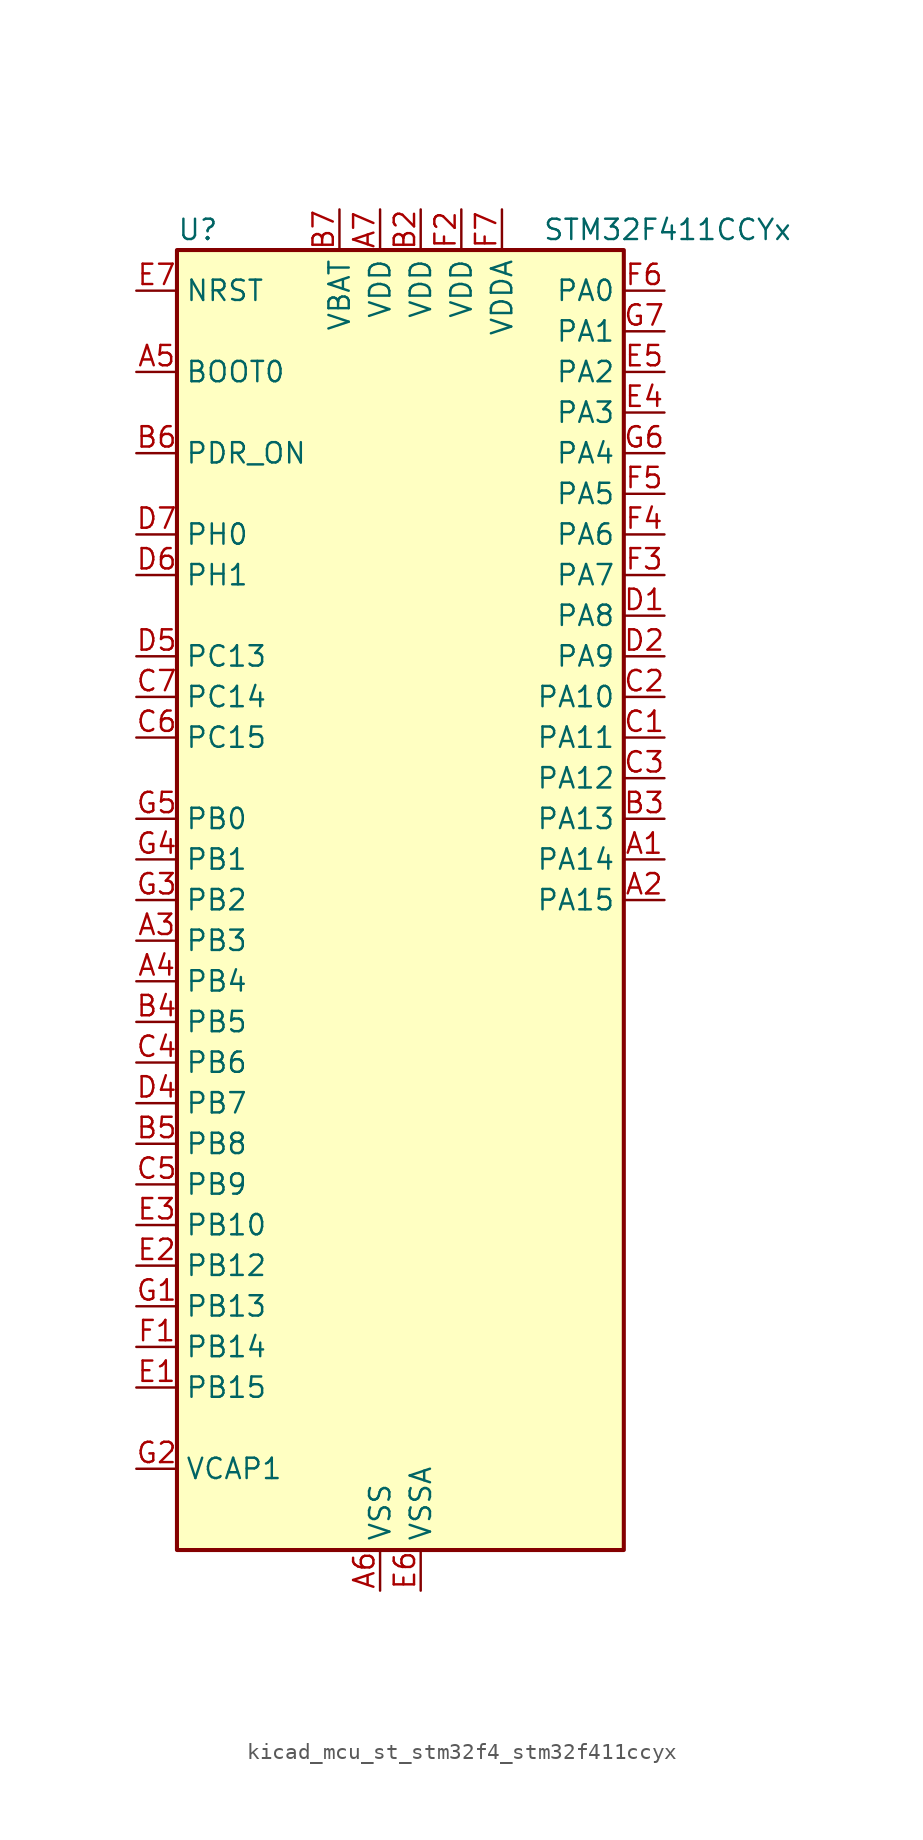
<source format=kicad_sym>
(kicad_symbol_lib
  (version 20220914)
  (generator kicad_symbol_editor)
  (symbol "kicad_mcu_st_stm32f4_stm32f411ccyx"
    (property "Reference" "U"
      (at -12.7 41.91 0)
      (effects (font (size 1.27 1.27)) (justify left)))
    (property "Value" "STM32F411CCYx"
      (at 10.16 41.91 0)
      (effects (font (size 1.27 1.27)) (justify left)))
    (property "ki_locked" ""
      (at 0 0 0)
      (effects (font (size 1.27 1.27))))
    (symbol "kicad_mcu_st_stm32f4_stm32f411ccyx_0_1"
      (rectangle (start -12.7 -40.64) (end 15.24 40.64) (stroke (width 0.254) (type default)) (fill (type background))))
    (symbol "kicad_mcu_st_stm32f4_stm32f411ccyx_1_1"
      (pin bidirectional line (at 17.78 2.54 180) (length 2.54) (name "PA14" (effects (font (size 1.27 1.27)))) (number "A1" (effects (font (size 1.27 1.27)))) (alternate "SYS_JTCK-SWCLK" bidirectional line))
      (pin bidirectional line (at 17.78 0 180) (length 2.54) (name "PA15" (effects (font (size 1.27 1.27)))) (number "A2" (effects (font (size 1.27 1.27)))) (alternate "ADC1_EXTI15" bidirectional line) (alternate "I2S1_WS" bidirectional line) (alternate "I2S3_WS" bidirectional line) (alternate "SPI1_NSS" bidirectional line) (alternate "SPI3_NSS" bidirectional line) (alternate "SYS_JTDI" bidirectional line) (alternate "TIM2_CH1" bidirectional line) (alternate "TIM2_ETR" bidirectional line) (alternate "USART1_TX" bidirectional line))
      (pin bidirectional line (at -15.24 -2.54 0) (length 2.54) (name "PB3" (effects (font (size 1.27 1.27)))) (number "A3" (effects (font (size 1.27 1.27)))) (alternate "I2C2_SDA" bidirectional line) (alternate "I2S1_CK" bidirectional line) (alternate "I2S3_CK" bidirectional line) (alternate "SPI1_SCK" bidirectional line) (alternate "SPI3_SCK" bidirectional line) (alternate "SYS_JTDO-SWO" bidirectional line) (alternate "TIM2_CH2" bidirectional line) (alternate "USART1_RX" bidirectional line))
      (pin bidirectional line (at -15.24 -5.08 0) (length 2.54) (name "PB4" (effects (font (size 1.27 1.27)))) (number "A4" (effects (font (size 1.27 1.27)))) (alternate "I2C3_SDA" bidirectional line) (alternate "I2S3_ext_SD" bidirectional line) (alternate "SDIO_D0" bidirectional line) (alternate "SPI1_MISO" bidirectional line) (alternate "SPI3_MISO" bidirectional line) (alternate "SYS_JTRST" bidirectional line) (alternate "TIM3_CH1" bidirectional line))
      (pin input line (at -15.24 33.02 0) (length 2.54) (name "BOOT0" (effects (font (size 1.27 1.27)))) (number "A5" (effects (font (size 1.27 1.27)))))
      (pin power_in line (at 0 -43.18 90) (length 2.54) (name "VSS" (effects (font (size 1.27 1.27)))) (number "A6" (effects (font (size 1.27 1.27)))))
      (pin power_in line (at 0 43.18 270) (length 2.54) (name "VDD" (effects (font (size 1.27 1.27)))) (number "A7" (effects (font (size 1.27 1.27)))))
      (pin passive line (at 0 -43.18 90) (length 2.54) hide (name "VSS" (effects (font (size 1.27 1.27)))) (number "B1" (effects (font (size 1.27 1.27)))))
      (pin power_in line (at 2.54 43.18 270) (length 2.54) (name "VDD" (effects (font (size 1.27 1.27)))) (number "B2" (effects (font (size 1.27 1.27)))))
      (pin bidirectional line (at 17.78 5.08 180) (length 2.54) (name "PA13" (effects (font (size 1.27 1.27)))) (number "B3" (effects (font (size 1.27 1.27)))) (alternate "SYS_JTMS-SWDIO" bidirectional line))
      (pin bidirectional line (at -15.24 -7.62 0) (length 2.54) (name "PB5" (effects (font (size 1.27 1.27)))) (number "B4" (effects (font (size 1.27 1.27)))) (alternate "I2C1_SMBA" bidirectional line) (alternate "I2S1_SD" bidirectional line) (alternate "I2S3_SD" bidirectional line) (alternate "SDIO_D3" bidirectional line) (alternate "SPI1_MOSI" bidirectional line) (alternate "SPI3_MOSI" bidirectional line) (alternate "TIM3_CH2" bidirectional line))
      (pin bidirectional line (at -15.24 -15.24 0) (length 2.54) (name "PB8" (effects (font (size 1.27 1.27)))) (number "B5" (effects (font (size 1.27 1.27)))) (alternate "I2C1_SCL" bidirectional line) (alternate "I2C3_SDA" bidirectional line) (alternate "I2S5_SD" bidirectional line) (alternate "SDIO_D4" bidirectional line) (alternate "SPI5_MOSI" bidirectional line) (alternate "TIM10_CH1" bidirectional line) (alternate "TIM4_CH3" bidirectional line))
      (pin input line (at -15.24 27.94 0) (length 2.54) (name "PDR_ON" (effects (font (size 1.27 1.27)))) (number "B6" (effects (font (size 1.27 1.27)))))
      (pin power_in line (at -2.54 43.18 270) (length 2.54) (name "VBAT" (effects (font (size 1.27 1.27)))) (number "B7" (effects (font (size 1.27 1.27)))))
      (pin bidirectional line (at 17.78 10.16 180) (length 2.54) (name "PA11" (effects (font (size 1.27 1.27)))) (number "C1" (effects (font (size 1.27 1.27)))) (alternate "ADC1_EXTI11" bidirectional line) (alternate "SPI4_MISO" bidirectional line) (alternate "TIM1_CH4" bidirectional line) (alternate "USART1_CTS" bidirectional line) (alternate "USART6_TX" bidirectional line) (alternate "USB_OTG_FS_DM" bidirectional line))
      (pin bidirectional line (at 17.78 12.7 180) (length 2.54) (name "PA10" (effects (font (size 1.27 1.27)))) (number "C2" (effects (font (size 1.27 1.27)))) (alternate "I2S5_SD" bidirectional line) (alternate "SPI5_MOSI" bidirectional line) (alternate "TIM1_CH3" bidirectional line) (alternate "USART1_RX" bidirectional line) (alternate "USB_OTG_FS_ID" bidirectional line))
      (pin bidirectional line (at 17.78 7.62 180) (length 2.54) (name "PA12" (effects (font (size 1.27 1.27)))) (number "C3" (effects (font (size 1.27 1.27)))) (alternate "SPI5_MISO" bidirectional line) (alternate "TIM1_ETR" bidirectional line) (alternate "USART1_RTS" bidirectional line) (alternate "USART6_RX" bidirectional line) (alternate "USB_OTG_FS_DP" bidirectional line))
      (pin bidirectional line (at -15.24 -10.16 0) (length 2.54) (name "PB6" (effects (font (size 1.27 1.27)))) (number "C4" (effects (font (size 1.27 1.27)))) (alternate "I2C1_SCL" bidirectional line) (alternate "TIM4_CH1" bidirectional line) (alternate "USART1_TX" bidirectional line))
      (pin bidirectional line (at -15.24 -17.78 0) (length 2.54) (name "PB9" (effects (font (size 1.27 1.27)))) (number "C5" (effects (font (size 1.27 1.27)))) (alternate "I2C1_SDA" bidirectional line) (alternate "I2C2_SDA" bidirectional line) (alternate "I2S2_WS" bidirectional line) (alternate "SDIO_D5" bidirectional line) (alternate "SPI2_NSS" bidirectional line) (alternate "TIM11_CH1" bidirectional line) (alternate "TIM4_CH4" bidirectional line))
      (pin bidirectional line (at -15.24 10.16 0) (length 2.54) (name "PC15" (effects (font (size 1.27 1.27)))) (number "C6" (effects (font (size 1.27 1.27)))) (alternate "ADC1_EXTI15" bidirectional line) (alternate "RCC_OSC32_OUT" bidirectional line))
      (pin bidirectional line (at -15.24 12.7 0) (length 2.54) (name "PC14" (effects (font (size 1.27 1.27)))) (number "C7" (effects (font (size 1.27 1.27)))) (alternate "RCC_OSC32_IN" bidirectional line))
      (pin bidirectional line (at 17.78 17.78 180) (length 2.54) (name "PA8" (effects (font (size 1.27 1.27)))) (number "D1" (effects (font (size 1.27 1.27)))) (alternate "I2C3_SCL" bidirectional line) (alternate "RCC_MCO_1" bidirectional line) (alternate "SDIO_D1" bidirectional line) (alternate "TIM1_CH1" bidirectional line) (alternate "USART1_CK" bidirectional line) (alternate "USB_OTG_FS_SOF" bidirectional line))
      (pin bidirectional line (at 17.78 15.24 180) (length 2.54) (name "PA9" (effects (font (size 1.27 1.27)))) (number "D2" (effects (font (size 1.27 1.27)))) (alternate "I2C3_SMBA" bidirectional line) (alternate "SDIO_D2" bidirectional line) (alternate "TIM1_CH2" bidirectional line) (alternate "USART1_TX" bidirectional line) (alternate "USB_OTG_FS_VBUS" bidirectional line))
      (pin passive line (at 0 -43.18 90) (length 2.54) hide (name "VSS" (effects (font (size 1.27 1.27)))) (number "D3" (effects (font (size 1.27 1.27)))))
      (pin bidirectional line (at -15.24 -12.7 0) (length 2.54) (name "PB7" (effects (font (size 1.27 1.27)))) (number "D4" (effects (font (size 1.27 1.27)))) (alternate "I2C1_SDA" bidirectional line) (alternate "SDIO_D0" bidirectional line) (alternate "TIM4_CH2" bidirectional line) (alternate "USART1_RX" bidirectional line))
      (pin bidirectional line (at -15.24 15.24 0) (length 2.54) (name "PC13" (effects (font (size 1.27 1.27)))) (number "D5" (effects (font (size 1.27 1.27)))) (alternate "RTC_AF1" bidirectional line))
      (pin bidirectional line (at -15.24 20.32 0) (length 2.54) (name "PH1" (effects (font (size 1.27 1.27)))) (number "D6" (effects (font (size 1.27 1.27)))) (alternate "RCC_OSC_OUT" bidirectional line))
      (pin bidirectional line (at -15.24 22.86 0) (length 2.54) (name "PH0" (effects (font (size 1.27 1.27)))) (number "D7" (effects (font (size 1.27 1.27)))) (alternate "RCC_OSC_IN" bidirectional line))
      (pin bidirectional line (at -15.24 -30.48 0) (length 2.54) (name "PB15" (effects (font (size 1.27 1.27)))) (number "E1" (effects (font (size 1.27 1.27)))) (alternate "ADC1_EXTI15" bidirectional line) (alternate "I2S2_SD" bidirectional line) (alternate "RTC_REFIN" bidirectional line) (alternate "SDIO_CK" bidirectional line) (alternate "SPI2_MOSI" bidirectional line) (alternate "TIM1_CH3N" bidirectional line))
      (pin bidirectional line (at -15.24 -22.86 0) (length 2.54) (name "PB12" (effects (font (size 1.27 1.27)))) (number "E2" (effects (font (size 1.27 1.27)))) (alternate "I2C2_SMBA" bidirectional line) (alternate "I2S2_WS" bidirectional line) (alternate "I2S3_CK" bidirectional line) (alternate "I2S4_WS" bidirectional line) (alternate "SPI2_NSS" bidirectional line) (alternate "SPI3_SCK" bidirectional line) (alternate "SPI4_NSS" bidirectional line) (alternate "TIM1_BKIN" bidirectional line))
      (pin bidirectional line (at -15.24 -20.32 0) (length 2.54) (name "PB10" (effects (font (size 1.27 1.27)))) (number "E3" (effects (font (size 1.27 1.27)))) (alternate "I2C2_SCL" bidirectional line) (alternate "I2S2_CK" bidirectional line) (alternate "I2S3_MCK" bidirectional line) (alternate "SDIO_D7" bidirectional line) (alternate "SPI2_SCK" bidirectional line) (alternate "TIM2_CH3" bidirectional line))
      (pin bidirectional line (at 17.78 30.48 180) (length 2.54) (name "PA3" (effects (font (size 1.27 1.27)))) (number "E4" (effects (font (size 1.27 1.27)))) (alternate "ADC1_IN3" bidirectional line) (alternate "I2S2_MCK" bidirectional line) (alternate "TIM2_CH4" bidirectional line) (alternate "TIM5_CH4" bidirectional line) (alternate "TIM9_CH2" bidirectional line) (alternate "USART2_RX" bidirectional line))
      (pin bidirectional line (at 17.78 33.02 180) (length 2.54) (name "PA2" (effects (font (size 1.27 1.27)))) (number "E5" (effects (font (size 1.27 1.27)))) (alternate "ADC1_IN2" bidirectional line) (alternate "I2S_CKIN" bidirectional line) (alternate "TIM2_CH3" bidirectional line) (alternate "TIM5_CH3" bidirectional line) (alternate "TIM9_CH1" bidirectional line) (alternate "USART2_TX" bidirectional line))
      (pin power_in line (at 2.54 -43.18 90) (length 2.54) (name "VSSA" (effects (font (size 1.27 1.27)))) (number "E6" (effects (font (size 1.27 1.27)))))
      (pin input line (at -15.24 38.1 0) (length 2.54) (name "NRST" (effects (font (size 1.27 1.27)))) (number "E7" (effects (font (size 1.27 1.27)))))
      (pin bidirectional line (at -15.24 -27.94 0) (length 2.54) (name "PB14" (effects (font (size 1.27 1.27)))) (number "F1" (effects (font (size 1.27 1.27)))) (alternate "I2S2_ext_SD" bidirectional line) (alternate "SDIO_D6" bidirectional line) (alternate "SPI2_MISO" bidirectional line) (alternate "TIM1_CH2N" bidirectional line))
      (pin power_in line (at 5.08 43.18 270) (length 2.54) (name "VDD" (effects (font (size 1.27 1.27)))) (number "F2" (effects (font (size 1.27 1.27)))))
      (pin bidirectional line (at 17.78 20.32 180) (length 2.54) (name "PA7" (effects (font (size 1.27 1.27)))) (number "F3" (effects (font (size 1.27 1.27)))) (alternate "ADC1_IN7" bidirectional line) (alternate "I2S1_SD" bidirectional line) (alternate "SPI1_MOSI" bidirectional line) (alternate "TIM1_CH1N" bidirectional line) (alternate "TIM3_CH2" bidirectional line))
      (pin bidirectional line (at 17.78 22.86 180) (length 2.54) (name "PA6" (effects (font (size 1.27 1.27)))) (number "F4" (effects (font (size 1.27 1.27)))) (alternate "ADC1_IN6" bidirectional line) (alternate "I2S2_MCK" bidirectional line) (alternate "SDIO_CMD" bidirectional line) (alternate "SPI1_MISO" bidirectional line) (alternate "TIM1_BKIN" bidirectional line) (alternate "TIM3_CH1" bidirectional line))
      (pin bidirectional line (at 17.78 25.4 180) (length 2.54) (name "PA5" (effects (font (size 1.27 1.27)))) (number "F5" (effects (font (size 1.27 1.27)))) (alternate "ADC1_IN5" bidirectional line) (alternate "I2S1_CK" bidirectional line) (alternate "SPI1_SCK" bidirectional line) (alternate "TIM2_CH1" bidirectional line) (alternate "TIM2_ETR" bidirectional line))
      (pin bidirectional line (at 17.78 38.1 180) (length 2.54) (name "PA0" (effects (font (size 1.27 1.27)))) (number "F6" (effects (font (size 1.27 1.27)))) (alternate "ADC1_IN0" bidirectional line) (alternate "SYS_WKUP" bidirectional line) (alternate "TIM2_CH1" bidirectional line) (alternate "TIM2_ETR" bidirectional line) (alternate "TIM5_CH1" bidirectional line) (alternate "USART2_CTS" bidirectional line))
      (pin power_in line (at 7.62 43.18 270) (length 2.54) (name "VDDA" (effects (font (size 1.27 1.27)))) (number "F7" (effects (font (size 1.27 1.27)))))
      (pin bidirectional line (at -15.24 -25.4 0) (length 2.54) (name "PB13" (effects (font (size 1.27 1.27)))) (number "G1" (effects (font (size 1.27 1.27)))) (alternate "I2S2_CK" bidirectional line) (alternate "I2S4_CK" bidirectional line) (alternate "SPI2_SCK" bidirectional line) (alternate "SPI4_SCK" bidirectional line) (alternate "TIM1_CH1N" bidirectional line))
      (pin power_out line (at -15.24 -35.56 0) (length 2.54) (name "VCAP1" (effects (font (size 1.27 1.27)))) (number "G2" (effects (font (size 1.27 1.27)))))
      (pin bidirectional line (at -15.24 0 0) (length 2.54) (name "PB2" (effects (font (size 1.27 1.27)))) (number "G3" (effects (font (size 1.27 1.27)))))
      (pin bidirectional line (at -15.24 2.54 0) (length 2.54) (name "PB1" (effects (font (size 1.27 1.27)))) (number "G4" (effects (font (size 1.27 1.27)))) (alternate "ADC1_IN9" bidirectional line) (alternate "I2S5_WS" bidirectional line) (alternate "SPI5_NSS" bidirectional line) (alternate "TIM1_CH3N" bidirectional line) (alternate "TIM3_CH4" bidirectional line))
      (pin bidirectional line (at -15.24 5.08 0) (length 2.54) (name "PB0" (effects (font (size 1.27 1.27)))) (number "G5" (effects (font (size 1.27 1.27)))) (alternate "ADC1_IN8" bidirectional line) (alternate "I2S5_CK" bidirectional line) (alternate "SPI5_SCK" bidirectional line) (alternate "TIM1_CH2N" bidirectional line) (alternate "TIM3_CH3" bidirectional line))
      (pin bidirectional line (at 17.78 27.94 180) (length 2.54) (name "PA4" (effects (font (size 1.27 1.27)))) (number "G6" (effects (font (size 1.27 1.27)))) (alternate "ADC1_IN4" bidirectional line) (alternate "I2S1_WS" bidirectional line) (alternate "I2S3_WS" bidirectional line) (alternate "SPI1_NSS" bidirectional line) (alternate "SPI3_NSS" bidirectional line) (alternate "USART2_CK" bidirectional line))
      (pin bidirectional line (at 17.78 35.56 180) (length 2.54) (name "PA1" (effects (font (size 1.27 1.27)))) (number "G7" (effects (font (size 1.27 1.27)))) (alternate "ADC1_IN1" bidirectional line) (alternate "I2S4_SD" bidirectional line) (alternate "SPI4_MOSI" bidirectional line) (alternate "TIM2_CH2" bidirectional line) (alternate "TIM5_CH2" bidirectional line) (alternate "USART2_RTS" bidirectional line)))))
</source>
